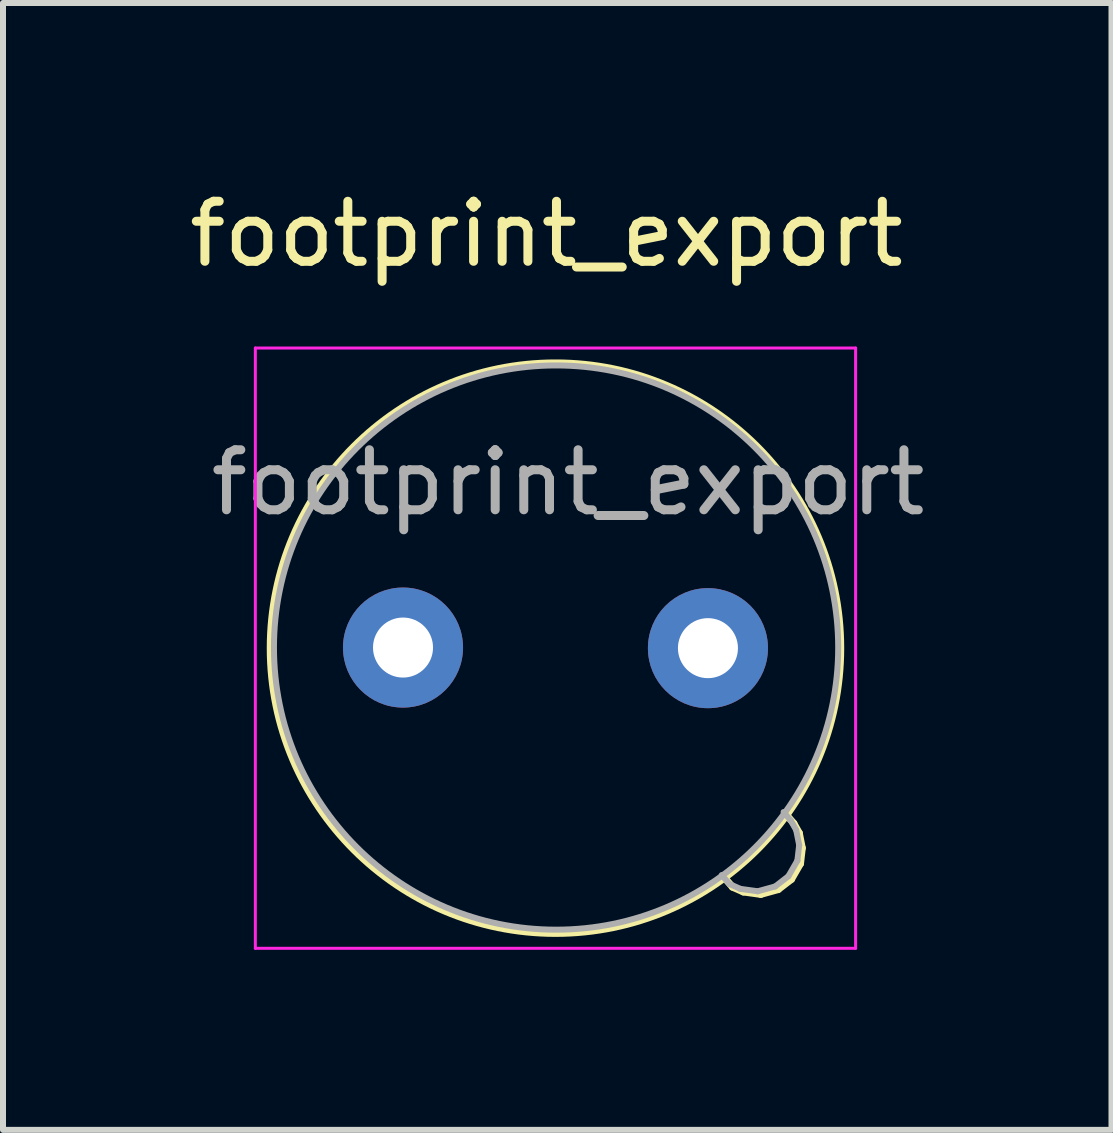
<source format=kicad_pcb>
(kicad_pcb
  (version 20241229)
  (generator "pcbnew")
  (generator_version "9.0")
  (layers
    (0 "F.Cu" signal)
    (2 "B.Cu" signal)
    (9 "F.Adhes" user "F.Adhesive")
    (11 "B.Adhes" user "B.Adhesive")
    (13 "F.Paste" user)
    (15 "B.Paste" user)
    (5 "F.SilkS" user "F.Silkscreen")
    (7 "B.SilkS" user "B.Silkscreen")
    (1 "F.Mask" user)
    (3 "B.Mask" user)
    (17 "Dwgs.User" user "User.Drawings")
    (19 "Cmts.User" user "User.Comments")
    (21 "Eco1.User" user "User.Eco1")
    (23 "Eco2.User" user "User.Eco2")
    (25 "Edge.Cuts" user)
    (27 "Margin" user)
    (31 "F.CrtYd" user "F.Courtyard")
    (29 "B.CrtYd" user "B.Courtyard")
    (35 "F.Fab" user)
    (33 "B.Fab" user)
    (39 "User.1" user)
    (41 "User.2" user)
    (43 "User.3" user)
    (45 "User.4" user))
  (footprint "footprint_export"
    (layer "F.Cu")
    (at 3.664 7.738)
    (property "Reference" "footprint_export" (at 2.39 -6.89 0) (layer "F.SilkS") (effects (font (size 1 1) (thickness 0.15))))
    (attr through_hole)
    (fp_line (start 5.49 3.99) (end 5.36 3.84) (stroke (width 0.12) (type solid)) (layer "F.SilkS"))
    (fp_line (start 5.67 4.07) (end 5.49 3.99) (stroke (width 0.12) (type solid)) (layer "F.SilkS"))
    (fp_line (start 5.96 4.11) (end 5.67 4.07) (stroke (width 0.12) (type solid)) (layer "F.SilkS"))
    (fp_line (start 6.25 4.03) (end 5.96 4.11) (stroke (width 0.12) (type solid)) (layer "F.SilkS"))
    (fp_line (start 6.39 2.79) (end 6.51 2.93) (stroke (width 0.12) (type solid)) (layer "F.SilkS"))
    (fp_line (start 6.47 3.86) (end 6.25 4.03) (stroke (width 0.12) (type solid)) (layer "F.SilkS"))
    (fp_line (start 6.51 2.93) (end 6.6 3.09) (stroke (width 0.12) (type solid)) (layer "F.SilkS"))
    (fp_line (start 6.6 3.09) (end 6.65 3.34) (stroke (width 0.12) (type solid)) (layer "F.SilkS"))
    (fp_line (start 6.62 3.6) (end 6.47 3.86) (stroke (width 0.12) (type solid)) (layer "F.SilkS"))
    (fp_line (start 6.65 3.34) (end 6.62 3.6) (stroke (width 0.12) (type solid)) (layer "F.SilkS"))
    (fp_circle (center 2.54 0.01) (end 7.29 0.01) (stroke (width 0.12) (type solid)) (fill no) (layer "F.SilkS"))
    (fp_line (start -2.46 -4.99) (end -2.46 5.01) (stroke (width 0.05) (type solid)) (layer "F.CrtYd"))
    (fp_line (start -2.46 -4.99) (end 7.54 -4.99) (stroke (width 0.05) (type solid)) (layer "F.CrtYd"))
    (fp_line (start 7.54 5.01) (end -2.46 5.01) (stroke (width 0.05) (type solid)) (layer "F.CrtYd"))
    (fp_line (start 7.54 5.01) (end 7.54 -4.99) (stroke (width 0.05) (type solid)) (layer "F.CrtYd"))
    (fp_line (start 5.44 3.94) (end 5.31 3.79) (stroke (width 0.1) (type solid)) (layer "F.Fab"))
    (fp_line (start 5.62 4.02) (end 5.44 3.94) (stroke (width 0.1) (type solid)) (layer "F.Fab"))
    (fp_line (start 5.91 4.06) (end 5.62 4.02) (stroke (width 0.1) (type solid)) (layer "F.Fab"))
    (fp_line (start 6.2 3.98) (end 5.91 4.06) (stroke (width 0.1) (type solid)) (layer "F.Fab"))
    (fp_line (start 6.34 2.74) (end 6.46 2.88) (stroke (width 0.1) (type solid)) (layer "F.Fab"))
    (fp_line (start 6.42 3.81) (end 6.2 3.98) (stroke (width 0.1) (type solid)) (layer "F.Fab"))
    (fp_line (start 6.46 2.88) (end 6.55 3.04) (stroke (width 0.1) (type solid)) (layer "F.Fab"))
    (fp_line (start 6.55 3.04) (end 6.6 3.29) (stroke (width 0.1) (type solid)) (layer "F.Fab"))
    (fp_line (start 6.57 3.55) (end 6.42 3.81) (stroke (width 0.1) (type solid)) (layer "F.Fab"))
    (fp_line (start 6.6 3.29) (end 6.57 3.55) (stroke (width 0.1) (type solid)) (layer "F.Fab"))
    (fp_circle (center 2.55 0) (end 7.25 0) (stroke (width 0.1) (type solid)) (fill no) (layer "F.Fab"))
    (fp_text user "${REFERENCE}" (at 2.75 -2.75 0) (layer "F.Fab") (effects (font (size 1 1) (thickness 0.15))))
    (pad "1" thru_hole circle (at 0 0) (size 2 2) (drill 1) (layers "*.Cu" "*.Mask"))
    (pad "2" thru_hole circle (at 5.08 0.01) (size 2 2) (drill 1) (layers "*.Cu" "*.Mask")))
  (gr_rect
    (start -3 -3)
    (end 15.467 15.773)
    (stroke (width 0.1) (type default))
    (fill no)
    (layer "Edge.Cuts")))
</source>
